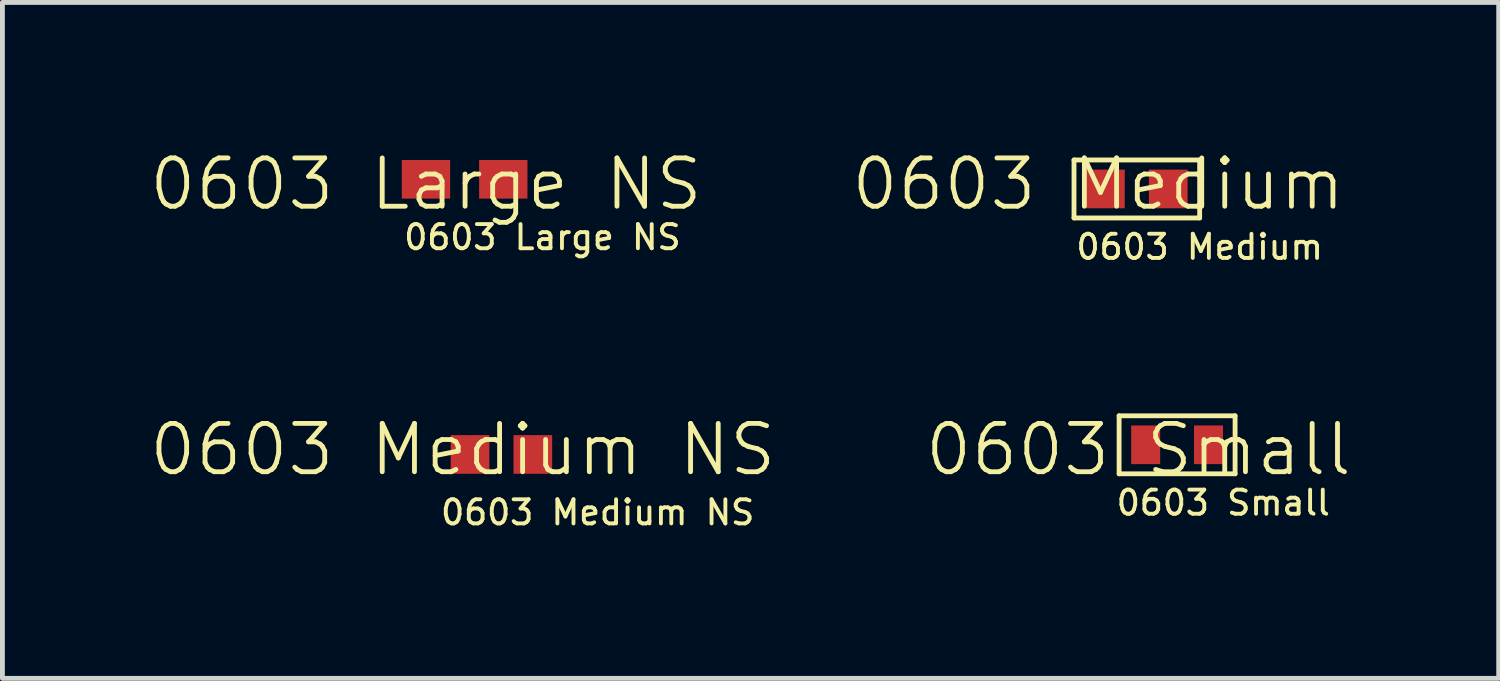
<source format=kicad_pcb>
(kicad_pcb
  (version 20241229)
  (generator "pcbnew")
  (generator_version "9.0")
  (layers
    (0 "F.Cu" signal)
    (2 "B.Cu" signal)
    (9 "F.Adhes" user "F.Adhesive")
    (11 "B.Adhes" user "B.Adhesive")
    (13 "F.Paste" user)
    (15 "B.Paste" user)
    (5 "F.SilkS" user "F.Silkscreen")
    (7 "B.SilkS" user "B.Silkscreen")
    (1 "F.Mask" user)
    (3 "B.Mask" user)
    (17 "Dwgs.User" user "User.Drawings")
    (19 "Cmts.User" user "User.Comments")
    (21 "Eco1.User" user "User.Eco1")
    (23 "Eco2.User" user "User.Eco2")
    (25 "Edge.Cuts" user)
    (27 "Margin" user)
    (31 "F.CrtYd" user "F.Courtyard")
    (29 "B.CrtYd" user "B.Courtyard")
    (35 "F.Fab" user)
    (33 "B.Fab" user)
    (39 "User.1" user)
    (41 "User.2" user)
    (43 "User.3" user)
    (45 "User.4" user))
  (footprint "0603 Large NS"
    (layer "F.Cu")
    (at 5.764 1.06)
    (property "Reference" "0603 Large NS" (at 0 -0.3 0) (unlocked yes) (layer "F.SilkS") (effects (font (size 1 1) (thickness 0.1))))
    (attr smd)
    (fp_text user "${REFERENCE}" (at -0.5 0.8 0) (unlocked yes) (layer "F.SilkS") (effects (font (size 0.5 0.5) (thickness 0.08)) (justify left)))
    (pad "1" smd rect (at 0 -0.4) (size 1 0.8) (layers "F.Cu" "F.Mask" "F.Paste"))
    (pad "2" smd rect (at 1.6 -0.4) (size 1 0.8) (layers "F.Cu" "F.Mask" "F.Paste")))
  (footprint "0603 Medium"
    (layer "F.Cu")
    (at 19.674 1.26)
    (property "Reference" "0603 Medium" (at 0 -0.5 0) (unlocked yes) (layer "F.SilkS") (effects (font (size 1 1) (thickness 0.1))))
    (attr smd)
    (fp_line (start -0.5 -1) (end -0.5 0.2) (stroke (width 0.1) (type default)) (layer "F.SilkS"))
    (fp_line (start -0.5 0.2) (end 2.1 0.2) (stroke (width 0.1) (type default)) (layer "F.SilkS"))
    (fp_line (start 2.1 -1) (end -0.5 -1) (stroke (width 0.1) (type default)) (layer "F.SilkS"))
    (fp_line (start 2.1 0.2) (end 2.1 -1) (stroke (width 0.1) (type default)) (layer "F.SilkS"))
    (fp_text user "${REFERENCE}" (at -0.5 0.8 0) (unlocked yes) (layer "F.SilkS") (effects (font (size 0.5 0.5) (thickness 0.08)) (justify left)))
    (pad "1" smd rect (at 0.15 -0.4) (size 0.8 0.8) (layers "F.Cu" "F.Mask" "F.Paste"))
    (pad "2" smd rect (at 1.45 -0.4) (size 0.8 0.8) (layers "F.Cu" "F.Mask" "F.Paste")))
  (footprint "0603 Small"
    (layer "F.Cu")
    (at 20.507 6.554)
    (property "Reference" "0603 Small" (at 0 -0.3 0) (unlocked yes) (layer "F.SilkS") (effects (font (size 1 1) (thickness 0.1))))
    (attr smd)
    (fp_line (start -0.4 -1) (end -0.4 0.2) (stroke (width 0.1) (type default)) (layer "F.SilkS"))
    (fp_line (start -0.4 0.2) (end 2 0.2) (stroke (width 0.1) (type default)) (layer "F.SilkS"))
    (fp_line (start 2 -1) (end -0.4 -1) (stroke (width 0.1) (type default)) (layer "F.SilkS"))
    (fp_line (start 2 0.2) (end 2 -1) (stroke (width 0.1) (type default)) (layer "F.SilkS"))
    (fp_text user "${REFERENCE}" (at -0.5 0.8 0) (unlocked yes) (layer "F.SilkS") (effects (font (size 0.5 0.5) (thickness 0.08)) (justify left)))
    (pad "1" smd rect (at 0.15 -0.4) (size 0.6 0.8) (layers "F.Cu" "F.Mask" "F.Paste"))
    (pad "2" smd rect (at 1.45 -0.4) (size 0.6 0.8) (layers "F.Cu" "F.Mask" "F.Paste")))
  (footprint "0603 Medium NS"
    (layer "F.Cu")
    (at 6.526 6.754)
    (property "Reference" "0603 Medium NS" (at 0 -0.5 0) (unlocked yes) (layer "F.SilkS") (effects (font (size 1 1) (thickness 0.1))))
    (attr smd)
    (fp_text user "${REFERENCE}" (at -0.5 0.8 0) (unlocked yes) (layer "F.SilkS") (effects (font (size 0.5 0.5) (thickness 0.08)) (justify left)))
    (pad "1" smd rect (at 0.15 -0.4) (size 0.8 0.8) (layers "F.Cu" "F.Mask" "F.Paste"))
    (pad "2" smd rect (at 1.45 -0.4) (size 0.8 0.8) (layers "F.Cu" "F.Mask" "F.Paste")))
  (gr_rect
    (start -3 -3)
    (end 27.962 10.987)
    (stroke (width 0.1) (type default))
    (fill no)
    (layer "Edge.Cuts")))
</source>
